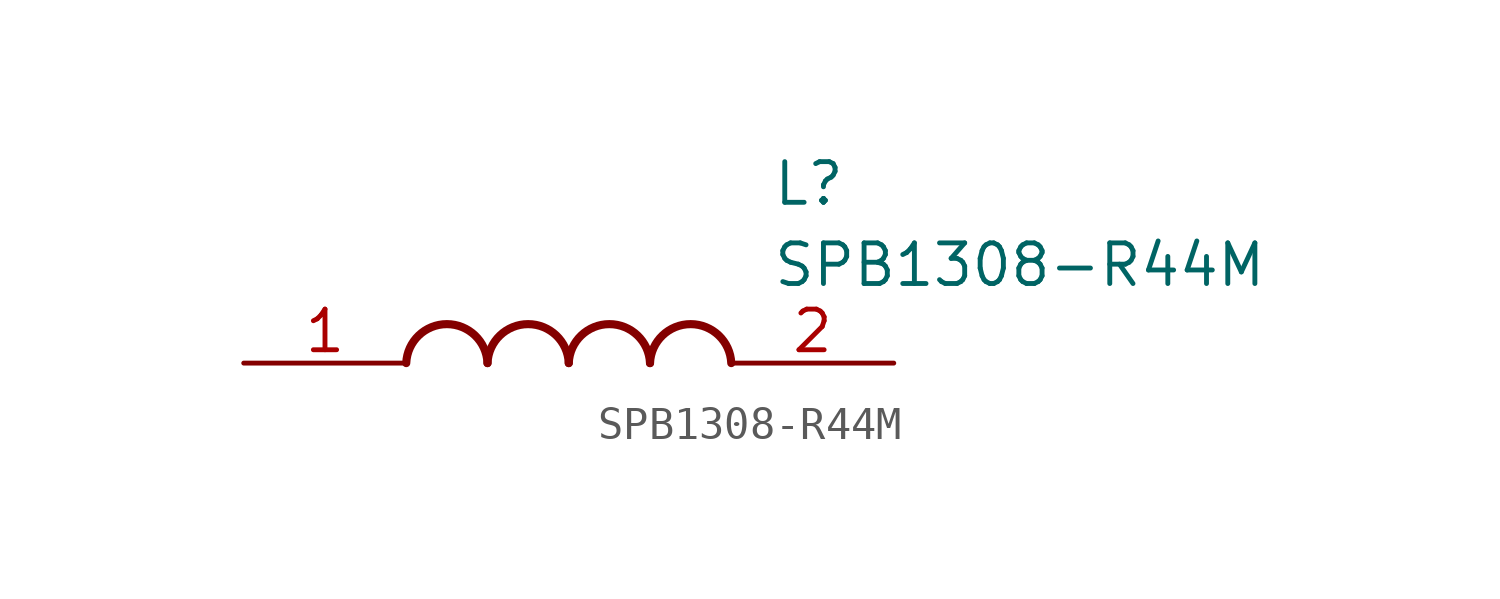
<source format=kicad_sym>
(kicad_symbol_lib
  (version 20211014)
  (generator SamacSys_ECAD_Model)
  (symbol "SPB1308-R44M"
    (pin_names hide)
    (property "Reference" "L"
      (at 16.51 6.35 0)
      (effects (font (size 1.27 1.27)) (justify left top)))
    (property "Value" "SPB1308-R44M"
      (at 16.51 3.81 0)
      (effects (font (size 1.27 1.27)) (justify left top)))
    (arc
      (start 7.62 0)
      (mid 6.35 1.219)
      (end 5.08 0)
      (stroke (width 0.254) (type default))
      (fill (type none)))
    (arc
      (start 10.16 0)
      (mid 8.89 1.219)
      (end 7.62 0)
      (stroke (width 0.254) (type default))
      (fill (type none)))
    (arc
      (start 12.7 0)
      (mid 11.43 1.219)
      (end 10.16 0)
      (stroke (width 0.254) (type default))
      (fill (type none)))
    (arc
      (start 15.24 0)
      (mid 13.97 1.219)
      (end 12.7 0)
      (stroke (width 0.254) (type default))
      (fill (type none)))
    (pin passive line
      (at 0 0 0)
      (length 5.08)
      (name "1" (effects (font (size 1.27 1.27))))
      (number "1" (effects (font (size 1.27 1.27)))))
    (pin passive line
      (at 20.32 0 180)
      (length 5.08)
      (name "2" (effects (font (size 1.27 1.27))))
      (number "2" (effects (font (size 1.27 1.27)))))))
</source>
